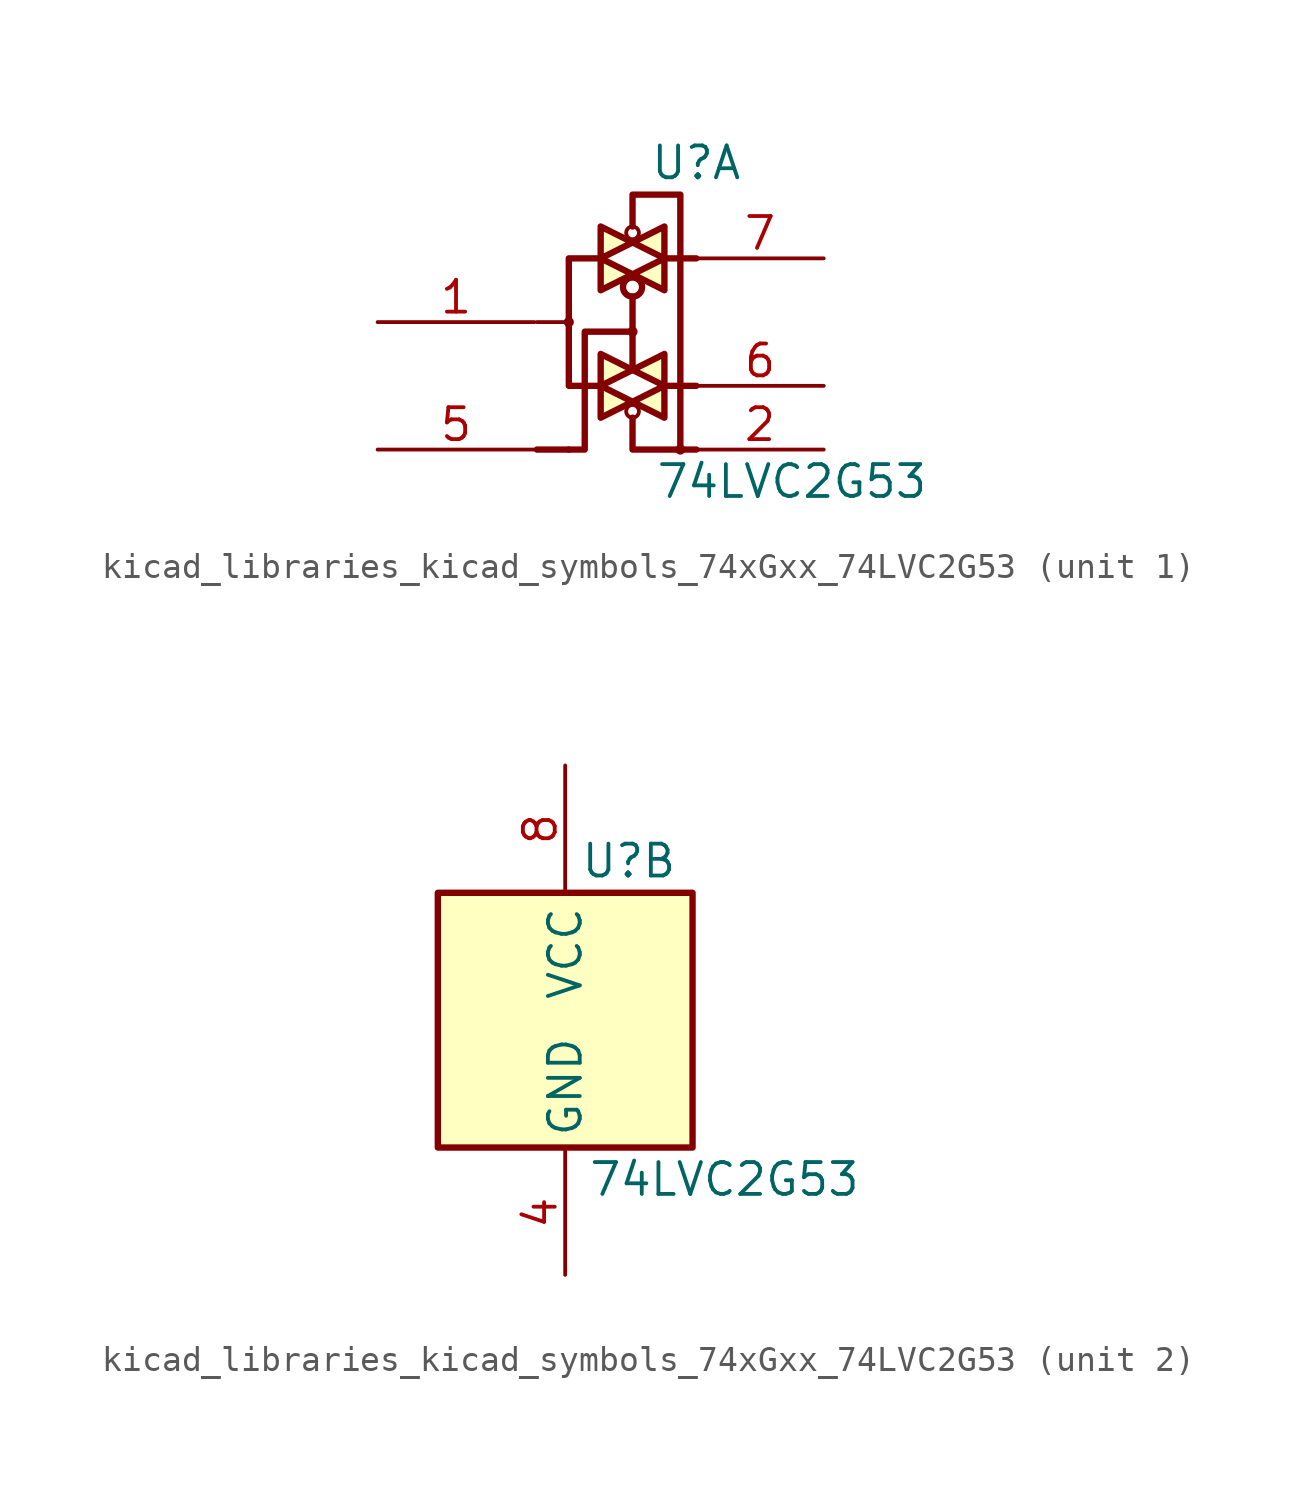
<source format=kicad_sym>
(kicad_symbol_lib
  (version 20220914)
  (generator kicad_symbol_editor)
  (symbol "kicad_libraries_kicad_symbols_74xGxx_74LVC2G53"
    (property "Reference" "U"
      (at 2.54 6.35 0)
      (effects (font (size 1.27 1.27))))
    (property "Value" "74LVC2G53"
      (at 6.35 -6.35 0)
      (effects (font (size 1.27 1.27))))
    (property "ki_locked" ""
      (at 0 0 0)
      (effects (font (size 1.27 1.27))))
    (symbol "kicad_libraries_kicad_symbols_74xGxx_74LVC2G53_1_1"
      (circle (center -2.54 0) (radius 0.127) (stroke (width 0) (type default)) (fill (type none)))
      (circle (center 0 -3.556) (radius 0.254) (stroke (width 0) (type default)) (fill (type none)))
      (circle (center 0 -0.381) (radius 0.127) (stroke (width 0) (type default)) (fill (type none)))
      (polyline (pts (xy -3.81 -5.08) (xy -2.54 -5.08)) (stroke (width 0.254) (type default)) (fill (type background)))
      (polyline (pts (xy -3.81 0) (xy -2.54 0)) (stroke (width 0) (type default)) (fill (type background)))
      (polyline (pts (xy 2.54 -2.54) (xy 1.27 -2.54)) (stroke (width 0.254) (type default)) (fill (type background)))
      (polyline (pts (xy 2.54 2.54) (xy 1.27 2.54)) (stroke (width 0.254) (type default)) (fill (type background)))
      (polyline (pts (xy 0 -3.81) (xy 0 -5.08) (xy 2.54 -5.08)) (stroke (width 0.254) (type default)) (fill (type none)))
      (polyline (pts (xy 0 1.016) (xy 0 0) (xy 0 -1.905)) (stroke (width 0.254) (type default)) (fill (type background)))
      (polyline (pts (xy -1.27 -2.54) (xy 0 -3.175) (xy -1.27 -3.81) (xy -1.27 -2.54)) (stroke (width 0.254) (type default)) (fill (type background)))
      (polyline (pts (xy -1.27 -1.27) (xy -1.27 -2.54) (xy 0 -1.905) (xy -1.27 -1.27)) (stroke (width 0.254) (type default)) (fill (type background)))
      (polyline (pts (xy -1.27 2.54) (xy 0 1.905) (xy -1.27 1.27) (xy -1.27 2.54)) (stroke (width 0.254) (type default)) (fill (type background)))
      (polyline (pts (xy -1.27 3.81) (xy 0 3.175) (xy -1.27 2.54) (xy -1.27 3.81)) (stroke (width 0.254) (type default)) (fill (type background)))
      (polyline (pts (xy 0 -0.381) (xy -1.905 -0.381) (xy -1.905 -5.08) (xy -2.54 -5.08)) (stroke (width 0.254) (type default)) (fill (type none)))
      (polyline (pts (xy 1.27 -2.54) (xy 0 -3.175) (xy 1.27 -3.81) (xy 1.27 -2.54)) (stroke (width 0.254) (type default)) (fill (type background)))
      (polyline (pts (xy 1.27 -1.27) (xy 1.27 -2.54) (xy 0 -1.905) (xy 1.27 -1.27)) (stroke (width 0.254) (type default)) (fill (type background)))
      (polyline (pts (xy 1.27 2.54) (xy 1.27 1.27) (xy 0 1.905) (xy 1.27 2.54)) (stroke (width 0.254) (type default)) (fill (type background)))
      (polyline (pts (xy 1.27 2.54) (xy 1.27 3.81) (xy 0 3.175) (xy 1.27 2.54)) (stroke (width 0.254) (type default)) (fill (type background)))
      (polyline (pts (xy 1.905 -5.08) (xy 1.905 5.08) (xy 0 5.08) (xy 0 3.81)) (stroke (width 0.254) (type default)) (fill (type none)))
      (polyline (pts (xy -1.27 2.54) (xy -2.54 2.54) (xy -2.54 0) (xy -2.54 -2.54) (xy -1.27 -2.54)) (stroke (width 0.254) (type default)) (fill (type none)))
      (circle (center 0 1.397) (radius 0.381) (stroke (width 0.254) (type default)) (fill (type none)))
      (circle (center 0 3.556) (radius 0.254) (stroke (width 0) (type default)) (fill (type none)))
      (circle (center 1.905 -5.08) (radius 0.127) (stroke (width 0) (type default)) (fill (type none)))
      (pin bidirectional line (at -10.16 0 0) (length 6.25) (name "~" (effects (font (size 1.27 1.27)))) (number "1" (effects (font (size 1.27 1.27)))))
      (pin input line (at 7.62 -5.08 180) (length 5.08) (name "~" (effects (font (size 1.27 1.27)))) (number "2" (effects (font (size 1.27 1.27)))))
      (pin input line (at -10.16 -5.08 0) (length 6.25) (name "~" (effects (font (size 1.27 1.27)))) (number "5" (effects (font (size 1.27 1.27)))))
      (pin bidirectional line (at 7.62 -2.54 180) (length 5.08) (name "~" (effects (font (size 1.27 1.27)))) (number "6" (effects (font (size 1.27 1.27)))))
      (pin bidirectional line (at 7.62 2.54 180) (length 5.08) (name "~" (effects (font (size 1.27 1.27)))) (number "7" (effects (font (size 1.27 1.27))))))
    (symbol "kicad_libraries_kicad_symbols_74xGxx_74LVC2G53_2_1"
      (rectangle (start -5.08 5.08) (end 5.08 -5.08) (stroke (width 0.254) (type default)) (fill (type background)))
      (pin passive line (at 0 -10.157 90) (length 4.95) hide (name "GND" (effects (font (size 1.27 1.27)))) (number "3" (effects (font (size 1.27 1.27)))))
      (pin power_in line (at 0 -10.157 90) (length 4.95) (name "GND" (effects (font (size 1.27 1.27)))) (number "4" (effects (font (size 1.27 1.27)))))
      (pin power_in line (at 0 10.16 270) (length 5.08) (name "VCC" (effects (font (size 1.27 1.27)))) (number "8" (effects (font (size 1.27 1.27))))))))
</source>
